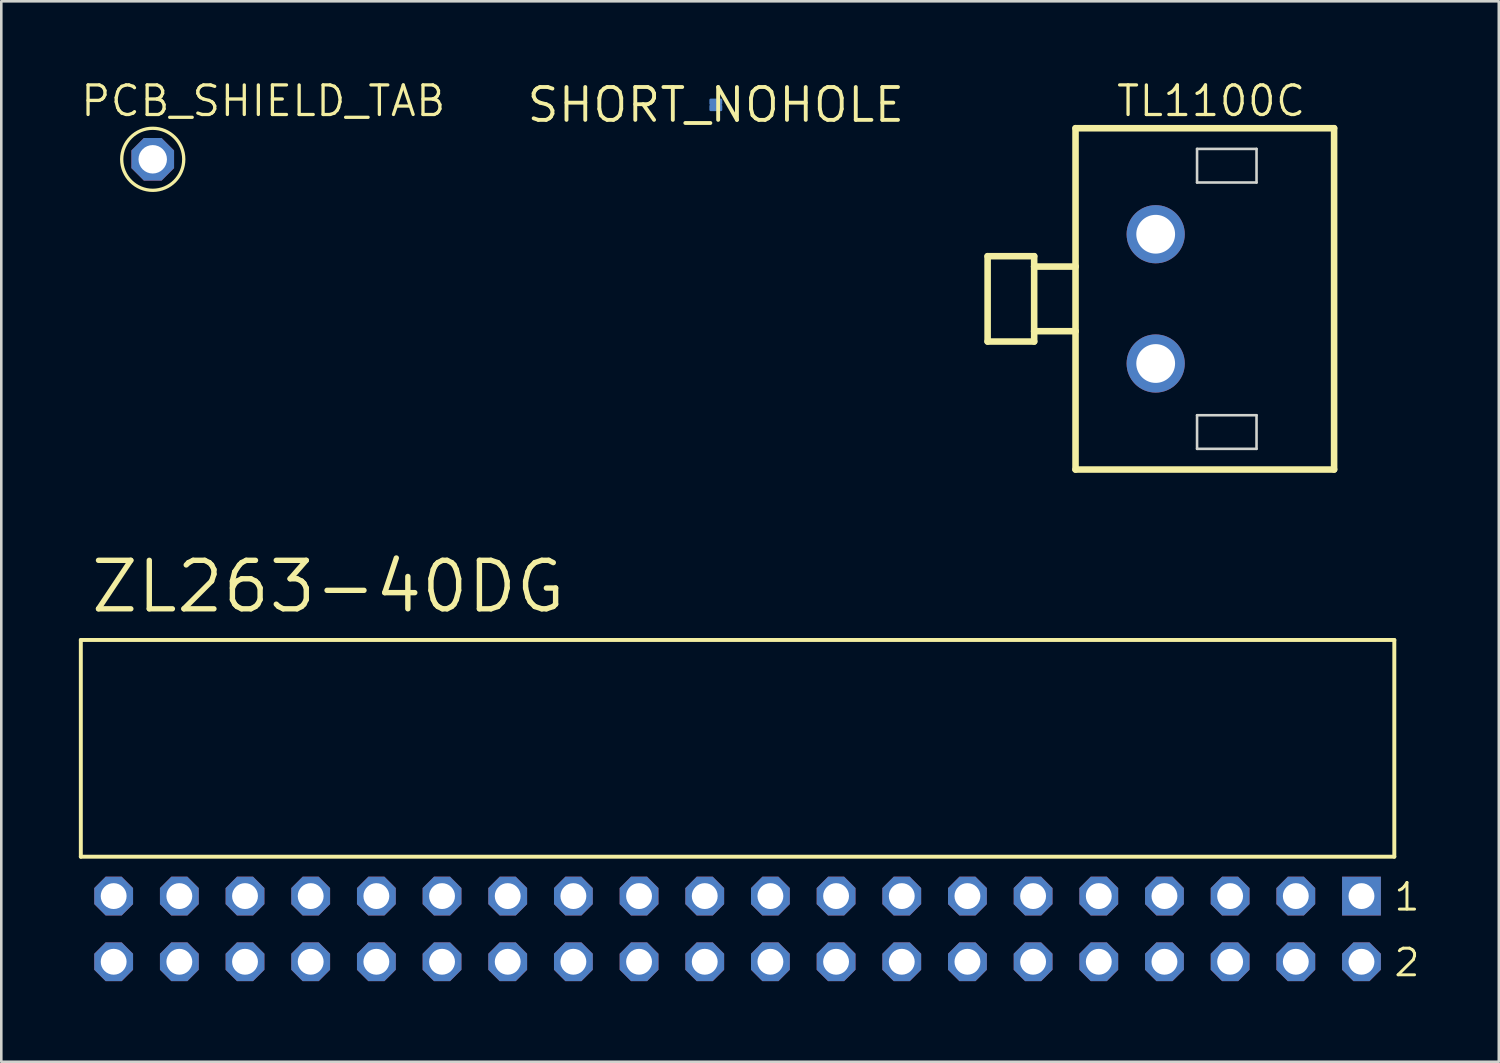
<source format=kicad_pcb>
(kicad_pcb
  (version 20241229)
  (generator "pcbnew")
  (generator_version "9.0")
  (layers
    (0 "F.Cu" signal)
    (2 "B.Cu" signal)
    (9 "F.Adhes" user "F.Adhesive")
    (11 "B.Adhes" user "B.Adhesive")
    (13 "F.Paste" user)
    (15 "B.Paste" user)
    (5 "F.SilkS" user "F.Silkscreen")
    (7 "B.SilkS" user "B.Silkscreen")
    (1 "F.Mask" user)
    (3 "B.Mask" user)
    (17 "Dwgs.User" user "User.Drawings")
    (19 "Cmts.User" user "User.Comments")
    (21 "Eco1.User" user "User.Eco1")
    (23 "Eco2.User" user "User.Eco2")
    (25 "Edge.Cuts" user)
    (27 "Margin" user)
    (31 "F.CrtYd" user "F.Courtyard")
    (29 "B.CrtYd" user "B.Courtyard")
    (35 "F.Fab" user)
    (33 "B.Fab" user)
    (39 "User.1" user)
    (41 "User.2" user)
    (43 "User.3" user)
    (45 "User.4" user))
  (footprint "TL1100C"
    (layer "F.Cu")
    (at 41.647 8.509)
    (property "Reference" "TL1100C" (at -1.587 -6.985 0) (layer "F.SilkS") (effects (font (size 1.143 1.143) (thickness 0.127)) (justify left bottom)))
    (fp_line (start -6.5 1.65) (end -6.5 -1.65) (stroke (width 0.254) (type solid)) (layer "F.SilkS"))
    (fp_line (start -4.7 -1.65) (end -6.5 -1.65) (stroke (width 0.254) (type solid)) (layer "F.SilkS"))
    (fp_line (start -4.7 -1.25) (end -4.7 -1.65) (stroke (width 0.254) (type solid)) (layer "F.SilkS"))
    (fp_line (start -4.7 1.25) (end -4.7 -1.25) (stroke (width 0.254) (type solid)) (layer "F.SilkS"))
    (fp_line (start -4.7 1.65) (end -6.5 1.65) (stroke (width 0.254) (type solid)) (layer "F.SilkS"))
    (fp_line (start -4.7 1.65) (end -4.7 1.25) (stroke (width 0.254) (type solid)) (layer "F.SilkS"))
    (fp_line (start -3.1 -6.6) (end 6.9 -6.6) (stroke (width 0.254) (type solid)) (layer "F.SilkS"))
    (fp_line (start -3.1 -1.25) (end -4.7 -1.25) (stroke (width 0.254) (type solid)) (layer "F.SilkS"))
    (fp_line (start -3.1 -1.25) (end -3.1 -6.6) (stroke (width 0.254) (type solid)) (layer "F.SilkS"))
    (fp_line (start -3.1 1.25) (end -4.7 1.25) (stroke (width 0.254) (type solid)) (layer "F.SilkS"))
    (fp_line (start -3.1 1.25) (end -3.1 -1.25) (stroke (width 0.254) (type solid)) (layer "F.SilkS"))
    (fp_line (start -3.1 6.6) (end -3.1 1.25) (stroke (width 0.254) (type solid)) (layer "F.SilkS"))
    (fp_line (start -3.1 6.6) (end 6.9 6.6) (stroke (width 0.254) (type solid)) (layer "F.SilkS"))
    (fp_line (start 6.9 6.6) (end 6.9 -6.6) (stroke (width 0.254) (type solid)) (layer "F.SilkS"))
    (fp_line (start 1.6 -5.8) (end 1.6 -4.5) (stroke (width 0.1) (type solid)) (layer "Edge.Cuts"))
    (fp_line (start 1.6 -4.5) (end 3.9 -4.5) (stroke (width 0.1) (type solid)) (layer "Edge.Cuts"))
    (fp_line (start 1.6 4.5) (end 1.6 5.8) (stroke (width 0.1) (type solid)) (layer "Edge.Cuts"))
    (fp_line (start 1.6 5.8) (end 3.9 5.8) (stroke (width 0.1) (type solid)) (layer "Edge.Cuts"))
    (fp_line (start 3.9 -5.8) (end 1.6 -5.8) (stroke (width 0.1) (type solid)) (layer "Edge.Cuts"))
    (fp_line (start 3.9 -4.5) (end 3.9 -5.8) (stroke (width 0.1) (type solid)) (layer "Edge.Cuts"))
    (fp_line (start 3.9 4.5) (end 1.6 4.5) (stroke (width 0.1) (type solid)) (layer "Edge.Cuts"))
    (fp_line (start 3.9 5.8) (end 3.9 4.5) (stroke (width 0.1) (type solid)) (layer "Edge.Cuts"))
    (pad "1" thru_hole circle (at 0 -2.5) (size 2.25 2.25) (drill 1.5) (layers "*.Cu" "*.Mask"))
    (pad "2" thru_hole circle (at 0 2.5) (size 2.25 2.25) (drill 1.5) (layers "*.Cu" "*.Mask")))
  (footprint "ZL263-40DG"
    (layer "F.Cu")
    (at 1.346 34.147)
    (property "Reference" "ZL263-40DG" (at -0.991 -13.411 0) (layer "F.SilkS") (effects (font (size 1.875 1.875) (thickness 0.208)) (justify left bottom)))
    (fp_line (start -1.27 -12.446) (end -1.27 -4.064) (stroke (width 0.152) (type solid)) (layer "F.SilkS"))
    (fp_line (start -1.27 -4.064) (end 49.53 -4.064) (stroke (width 0.152) (type solid)) (layer "F.SilkS"))
    (fp_line (start 49.53 -12.446) (end -1.27 -12.446) (stroke (width 0.152) (type solid)) (layer "F.SilkS"))
    (fp_line (start 49.53 -4.064) (end 49.53 -12.446) (stroke (width 0.152) (type solid)) (layer "F.SilkS"))
    (fp_text user "2" (at 49.454 0.635 0) (layer "F.SilkS") (effects (font (size 1.029 1.029) (thickness 0.114)) (justify left bottom)))
    (fp_text user "1" (at 49.454 -1.905 0) (layer "F.SilkS") (effects (font (size 1.029 1.029) (thickness 0.114)) (justify left bottom)))
    (pad "1" thru_hole rect (at 48.26 -2.54) (size 1.5 1.5) (drill 1) (layers "*.Cu" "*.Mask"))
    (pad "2" thru_hole roundrect (at 48.26 0) (size 1.5 1.5) (drill 1) (layers "*.Cu" "*.Mask") (roundrect_rratio 0.25) (chamfer_ratio 0.293) (chamfer top_left top_right bottom_left bottom_right))
    (pad "3" thru_hole roundrect (at 45.72 -2.54) (size 1.5 1.5) (drill 1) (layers "*.Cu" "*.Mask") (roundrect_rratio 0.25) (chamfer_ratio 0.293) (chamfer top_left top_right bottom_left bottom_right))
    (pad "4" thru_hole roundrect (at 45.72 0) (size 1.5 1.5) (drill 1) (layers "*.Cu" "*.Mask") (roundrect_rratio 0.25) (chamfer_ratio 0.293) (chamfer top_left top_right bottom_left bottom_right))
    (pad "5" thru_hole roundrect (at 43.18 -2.54) (size 1.5 1.5) (drill 1) (layers "*.Cu" "*.Mask") (roundrect_rratio 0.25) (chamfer_ratio 0.293) (chamfer top_left top_right bottom_left bottom_right))
    (pad "6" thru_hole roundrect (at 43.18 0) (size 1.5 1.5) (drill 1) (layers "*.Cu" "*.Mask") (roundrect_rratio 0.25) (chamfer_ratio 0.293) (chamfer top_left top_right bottom_left bottom_right))
    (pad "7" thru_hole roundrect (at 40.64 -2.54) (size 1.5 1.5) (drill 1) (layers "*.Cu" "*.Mask") (roundrect_rratio 0.25) (chamfer_ratio 0.293) (chamfer top_left top_right bottom_left bottom_right))
    (pad "8" thru_hole roundrect (at 40.64 0) (size 1.5 1.5) (drill 1) (layers "*.Cu" "*.Mask") (roundrect_rratio 0.25) (chamfer_ratio 0.293) (chamfer top_left top_right bottom_left bottom_right))
    (pad "9" thru_hole roundrect (at 38.1 -2.54) (size 1.5 1.5) (drill 1) (layers "*.Cu" "*.Mask") (roundrect_rratio 0.25) (chamfer_ratio 0.293) (chamfer top_left top_right bottom_left bottom_right))
    (pad "10" thru_hole roundrect (at 38.1 0) (size 1.5 1.5) (drill 1) (layers "*.Cu" "*.Mask") (roundrect_rratio 0.25) (chamfer_ratio 0.293) (chamfer top_left top_right bottom_left bottom_right))
    (pad "11" thru_hole roundrect (at 35.56 -2.54) (size 1.5 1.5) (drill 1) (layers "*.Cu" "*.Mask") (roundrect_rratio 0.25) (chamfer_ratio 0.293) (chamfer top_left top_right bottom_left bottom_right))
    (pad "12" thru_hole roundrect (at 35.56 0) (size 1.5 1.5) (drill 1) (layers "*.Cu" "*.Mask") (roundrect_rratio 0.25) (chamfer_ratio 0.293) (chamfer top_left top_right bottom_left bottom_right))
    (pad "13" thru_hole roundrect (at 33.02 -2.54) (size 1.5 1.5) (drill 1) (layers "*.Cu" "*.Mask") (roundrect_rratio 0.25) (chamfer_ratio 0.293) (chamfer top_left top_right bottom_left bottom_right))
    (pad "14" thru_hole roundrect (at 33.02 0) (size 1.5 1.5) (drill 1) (layers "*.Cu" "*.Mask") (roundrect_rratio 0.25) (chamfer_ratio 0.293) (chamfer top_left top_right bottom_left bottom_right))
    (pad "15" thru_hole roundrect (at 30.48 -2.54) (size 1.5 1.5) (drill 1) (layers "*.Cu" "*.Mask") (roundrect_rratio 0.25) (chamfer_ratio 0.293) (chamfer top_left top_right bottom_left bottom_right))
    (pad "16" thru_hole roundrect (at 30.48 0) (size 1.5 1.5) (drill 1) (layers "*.Cu" "*.Mask") (roundrect_rratio 0.25) (chamfer_ratio 0.293) (chamfer top_left top_right bottom_left bottom_right))
    (pad "17" thru_hole roundrect (at 27.94 -2.54) (size 1.5 1.5) (drill 1) (layers "*.Cu" "*.Mask") (roundrect_rratio 0.25) (chamfer_ratio 0.293) (chamfer top_left top_right bottom_left bottom_right))
    (pad "18" thru_hole roundrect (at 27.94 0) (size 1.5 1.5) (drill 1) (layers "*.Cu" "*.Mask") (roundrect_rratio 0.25) (chamfer_ratio 0.293) (chamfer top_left top_right bottom_left bottom_right))
    (pad "19" thru_hole roundrect (at 25.4 -2.54) (size 1.5 1.5) (drill 1) (layers "*.Cu" "*.Mask") (roundrect_rratio 0.25) (chamfer_ratio 0.293) (chamfer top_left top_right bottom_left bottom_right))
    (pad "20" thru_hole roundrect (at 25.4 0) (size 1.5 1.5) (drill 1) (layers "*.Cu" "*.Mask") (roundrect_rratio 0.25) (chamfer_ratio 0.293) (chamfer top_left top_right bottom_left bottom_right))
    (pad "21" thru_hole roundrect (at 22.86 -2.54) (size 1.5 1.5) (drill 1) (layers "*.Cu" "*.Mask") (roundrect_rratio 0.25) (chamfer_ratio 0.293) (chamfer top_left top_right bottom_left bottom_right))
    (pad "22" thru_hole roundrect (at 22.86 0) (size 1.5 1.5) (drill 1) (layers "*.Cu" "*.Mask") (roundrect_rratio 0.25) (chamfer_ratio 0.293) (chamfer top_left top_right bottom_left bottom_right))
    (pad "23" thru_hole roundrect (at 20.32 -2.54) (size 1.5 1.5) (drill 1) (layers "*.Cu" "*.Mask") (roundrect_rratio 0.25) (chamfer_ratio 0.293) (chamfer top_left top_right bottom_left bottom_right))
    (pad "24" thru_hole roundrect (at 20.32 0) (size 1.5 1.5) (drill 1) (layers "*.Cu" "*.Mask") (roundrect_rratio 0.25) (chamfer_ratio 0.293) (chamfer top_left top_right bottom_left bottom_right))
    (pad "25" thru_hole roundrect (at 17.78 -2.54) (size 1.5 1.5) (drill 1) (layers "*.Cu" "*.Mask") (roundrect_rratio 0.25) (chamfer_ratio 0.293) (chamfer top_left top_right bottom_left bottom_right))
    (pad "26" thru_hole roundrect (at 17.78 0) (size 1.5 1.5) (drill 1) (layers "*.Cu" "*.Mask") (roundrect_rratio 0.25) (chamfer_ratio 0.293) (chamfer top_left top_right bottom_left bottom_right))
    (pad "27" thru_hole roundrect (at 15.24 -2.54) (size 1.5 1.5) (drill 1) (layers "*.Cu" "*.Mask") (roundrect_rratio 0.25) (chamfer_ratio 0.293) (chamfer top_left top_right bottom_left bottom_right))
    (pad "28" thru_hole roundrect (at 15.24 0) (size 1.5 1.5) (drill 1) (layers "*.Cu" "*.Mask") (roundrect_rratio 0.25) (chamfer_ratio 0.293) (chamfer top_left top_right bottom_left bottom_right))
    (pad "29" thru_hole roundrect (at 12.7 -2.54) (size 1.5 1.5) (drill 1) (layers "*.Cu" "*.Mask") (roundrect_rratio 0.25) (chamfer_ratio 0.293) (chamfer top_left top_right bottom_left bottom_right))
    (pad "30" thru_hole roundrect (at 12.7 0) (size 1.5 1.5) (drill 1) (layers "*.Cu" "*.Mask") (roundrect_rratio 0.25) (chamfer_ratio 0.293) (chamfer top_left top_right bottom_left bottom_right))
    (pad "31" thru_hole roundrect (at 10.16 -2.54) (size 1.5 1.5) (drill 1) (layers "*.Cu" "*.Mask") (roundrect_rratio 0.25) (chamfer_ratio 0.293) (chamfer top_left top_right bottom_left bottom_right))
    (pad "32" thru_hole roundrect (at 10.16 0) (size 1.5 1.5) (drill 1) (layers "*.Cu" "*.Mask") (roundrect_rratio 0.25) (chamfer_ratio 0.293) (chamfer top_left top_right bottom_left bottom_right))
    (pad "33" thru_hole roundrect (at 7.62 -2.54) (size 1.5 1.5) (drill 1) (layers "*.Cu" "*.Mask") (roundrect_rratio 0.25) (chamfer_ratio 0.293) (chamfer top_left top_right bottom_left bottom_right))
    (pad "34" thru_hole roundrect (at 7.62 0) (size 1.5 1.5) (drill 1) (layers "*.Cu" "*.Mask") (roundrect_rratio 0.25) (chamfer_ratio 0.293) (chamfer top_left top_right bottom_left bottom_right))
    (pad "35" thru_hole roundrect (at 5.08 -2.54) (size 1.5 1.5) (drill 1) (layers "*.Cu" "*.Mask") (roundrect_rratio 0.25) (chamfer_ratio 0.293) (chamfer top_left top_right bottom_left bottom_right))
    (pad "36" thru_hole roundrect (at 5.08 0) (size 1.5 1.5) (drill 1) (layers "*.Cu" "*.Mask") (roundrect_rratio 0.25) (chamfer_ratio 0.293) (chamfer top_left top_right bottom_left bottom_right))
    (pad "37" thru_hole roundrect (at 2.54 -2.54) (size 1.5 1.5) (drill 1) (layers "*.Cu" "*.Mask") (roundrect_rratio 0.25) (chamfer_ratio 0.293) (chamfer top_left top_right bottom_left bottom_right))
    (pad "38" thru_hole roundrect (at 2.54 0) (size 1.5 1.5) (drill 1) (layers "*.Cu" "*.Mask") (roundrect_rratio 0.25) (chamfer_ratio 0.293) (chamfer top_left top_right bottom_left bottom_right))
    (pad "39" thru_hole roundrect (at 0 -2.54) (size 1.5 1.5) (drill 1) (layers "*.Cu" "*.Mask") (roundrect_rratio 0.25) (chamfer_ratio 0.293) (chamfer top_left top_right bottom_left bottom_right))
    (pad "40" thru_hole roundrect (at 0 0) (size 1.5 1.5) (drill 1) (layers "*.Cu" "*.Mask") (roundrect_rratio 0.25) (chamfer_ratio 0.293) (chamfer top_left top_right bottom_left bottom_right)))
  (footprint "PCB_SHIELD_TAB"
    (layer "F.Cu")
    (at 2.857 3.111)
    (property "Reference" "PCB_SHIELD_TAB" (at -2.857 -1.587 0) (layer "F.SilkS") (effects (font (size 1.143 1.143) (thickness 0.127)) (justify left bottom)))
    (fp_circle (center 0 0) (end 1.2 0) (stroke (width 0.127) (type solid)) (fill no) (layer "F.SilkS"))
    (pad "1" thru_hole roundrect (at 0 0) (size 1.65 1.65) (drill 1.1) (layers "*.Cu" "*.Mask") (roundrect_rratio 0.25) (chamfer_ratio 0.293) (chamfer top_left top_right bottom_left bottom_right)))
  (footprint "SHORT_NOHOLE"
    (layer "F.Cu")
    (at 24.635 1.006)
    (property "Reference" "SHORT_NOHOLE" (at 0 0 0) (layer "F.SilkS") (effects (font (size 1.27 1.27) (thickness 0.15))))
    (pad "P$1" smd roundrect (at 0 -0.117 180) (size 0.5 0.25) (layers "B.Cu") (roundrect_rratio 0.203))
    (pad "P$2" smd roundrect (at 0 0.117 180) (size 0.5 0.25) (layers "B.Cu") (roundrect_rratio 0.203)))
  (gr_rect
    (start -3 -3)
    (end 54.917 38.015)
    (stroke (width 0.1) (type default))
    (fill no)
    (layer "Edge.Cuts")))
</source>
